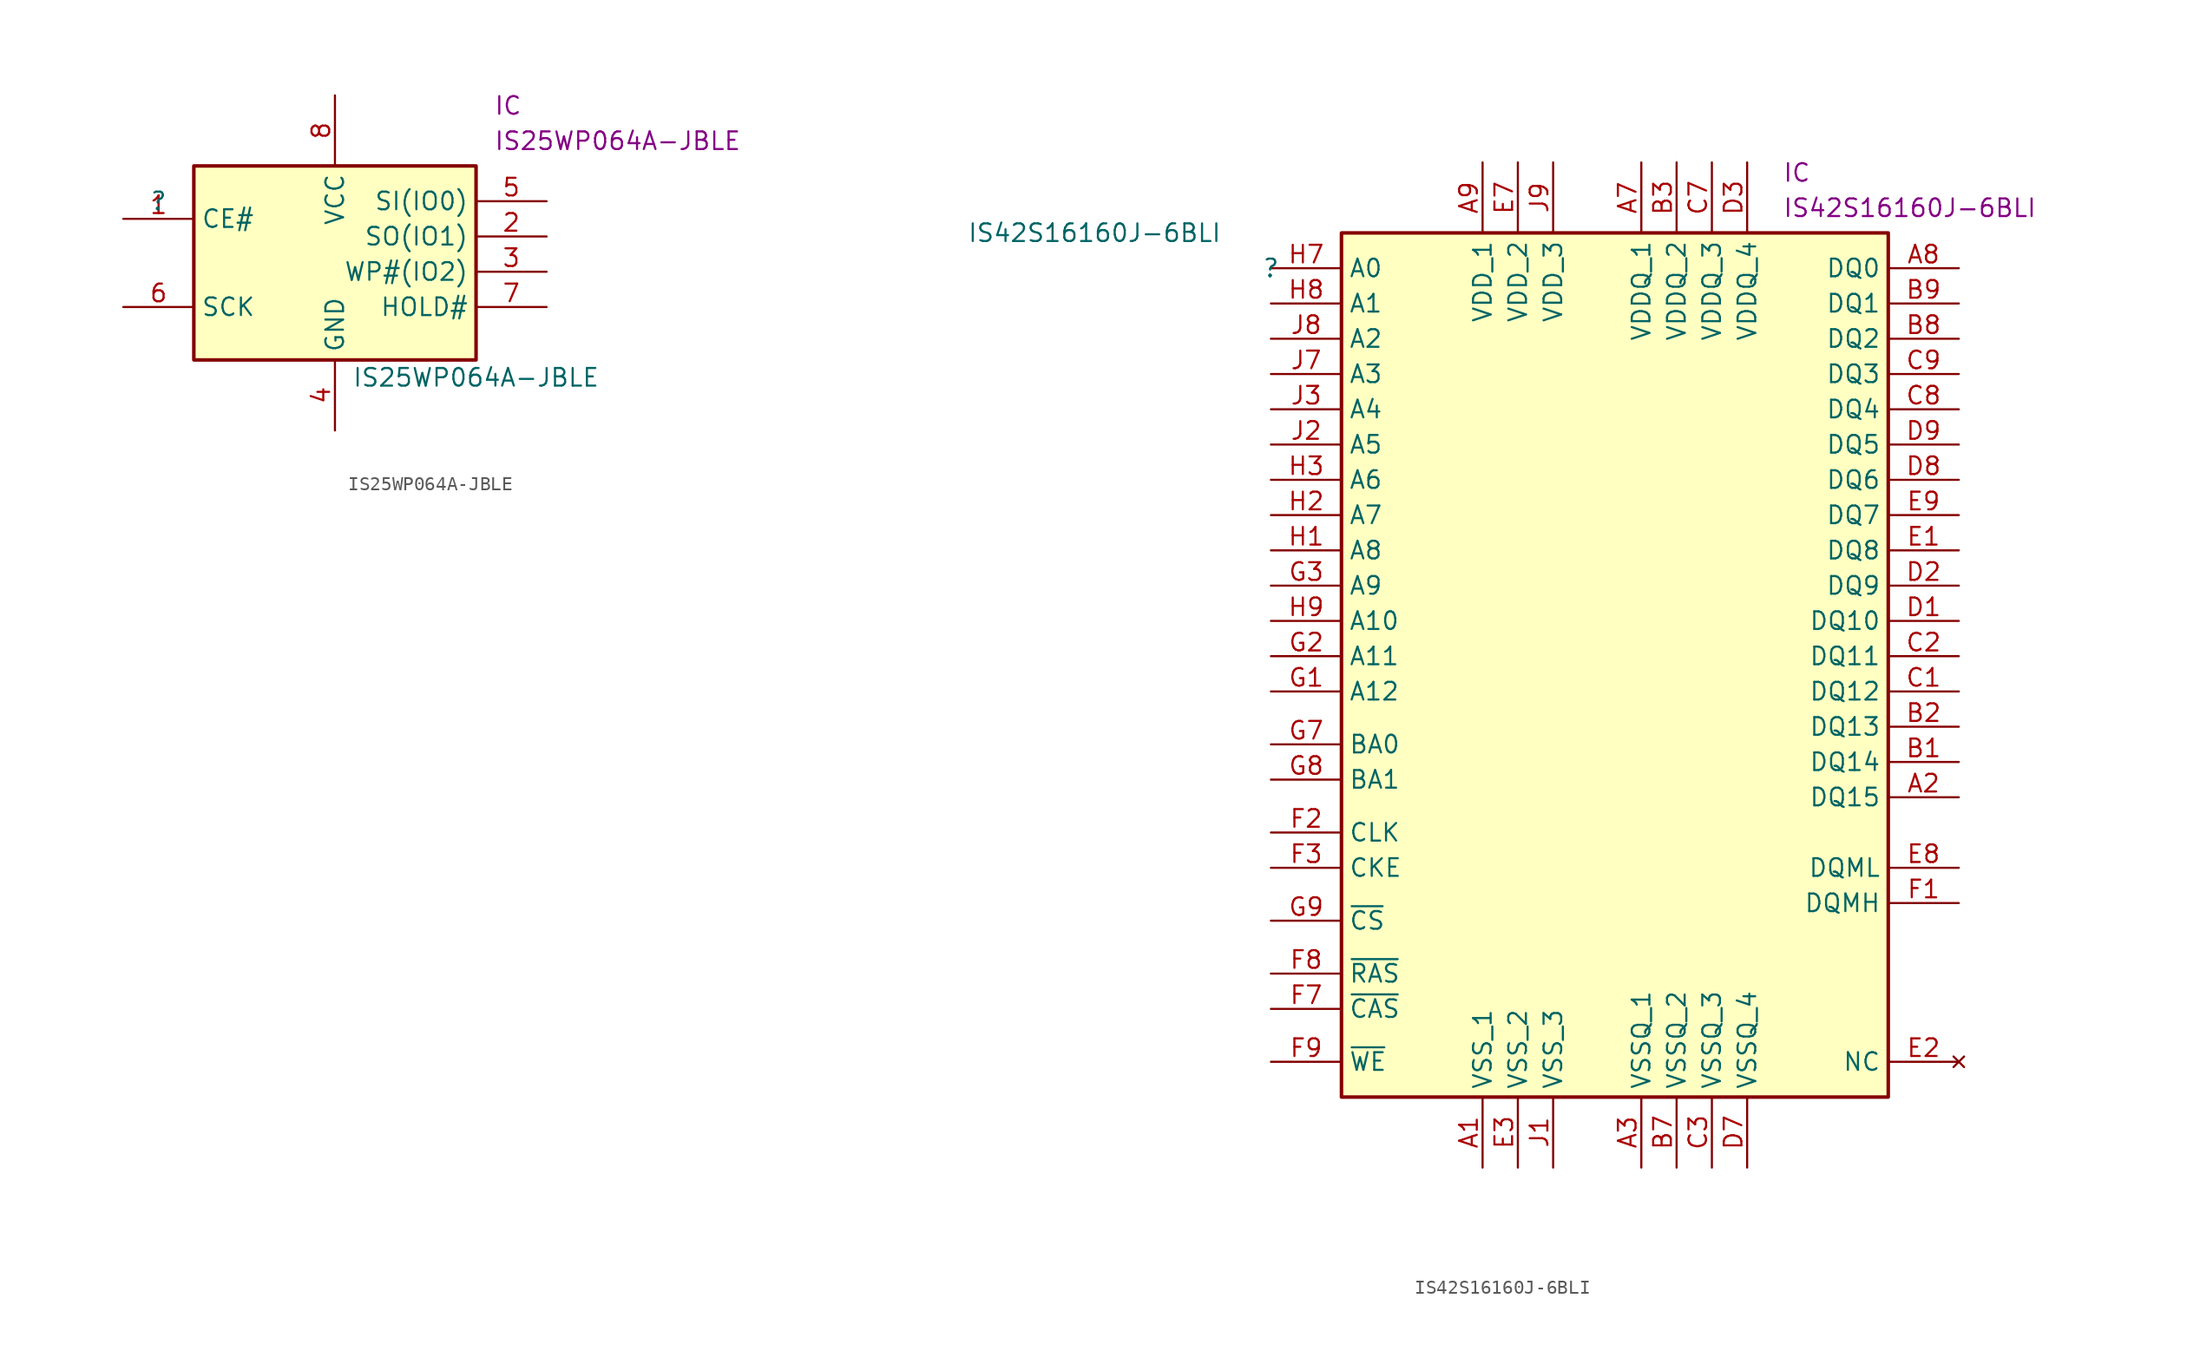
<source format=kicad_sym>
(kicad_symbol_lib
  (version 20211014)
  (generator kicad_symbol_editor)
  (symbol "IS25WP064A-JBLE"
    (property "Reference" ""
      (at -12.7 3.81 0)
      (effects (font (size 1.27 1.27))))
    (property "Value" "IS25WP064A-JBLE"
      (at 10.16 -8.89 0)
      (effects (font (size 1.27 1.27))))
    (property "Reference_1" "IC"
      (at 11.43 11.43 0)
      (effects (font (size 1.27 1.27)) (justify left top)))
    (property "Value_1" "IS25WP064A-JBLE"
      (at 11.43 8.89 0)
      (effects (font (size 1.27 1.27)) (justify left top)))
    (symbol "IS25WP064A-JBLE_1_1"
      (rectangle (start -10.16 6.35) (end 10.16 -7.62) (stroke (width 0.254) (type default) (color 0 0 0 0)) (fill (type background)))
      (pin passive line (at -15.24 2.54 0) (length 5.08) (name "CE#" (effects (font (size 1.27 1.27)))) (number "1" (effects (font (size 1.27 1.27)))))
      (pin passive line (at 15.24 1.27 180) (length 5.08) (name "SO(IO1)" (effects (font (size 1.27 1.27)))) (number "2" (effects (font (size 1.27 1.27)))))
      (pin passive line (at 15.24 -1.27 180) (length 5.08) (name "WP#(IO2)" (effects (font (size 1.27 1.27)))) (number "3" (effects (font (size 1.27 1.27)))))
      (pin power_in line (at 0 -12.7 90) (length 5.08) (name "GND" (effects (font (size 1.27 1.27)))) (number "4" (effects (font (size 1.27 1.27)))))
      (pin passive line (at 15.24 3.81 180) (length 5.08) (name "SI(IO0)" (effects (font (size 1.27 1.27)))) (number "5" (effects (font (size 1.27 1.27)))))
      (pin passive line (at -15.24 -3.81 0) (length 5.08) (name "SCK" (effects (font (size 1.27 1.27)))) (number "6" (effects (font (size 1.27 1.27)))))
      (pin passive line (at 15.24 -3.81 180) (length 5.08) (name "HOLD#" (effects (font (size 1.27 1.27)))) (number "7" (effects (font (size 1.27 1.27)))))
      (pin power_in line (at 0 11.43 270) (length 5.08) (name "VCC" (effects (font (size 1.27 1.27)))) (number "8" (effects (font (size 1.27 1.27)))))))
  (symbol "IS42S16160J-6BLI"
    (property "Reference" ""
      (at -25.4 27.94 0)
      (effects (font (size 1.27 1.27))))
    (property "Value" "IS42S16160J-6BLI"
      (at -38.1 30.48 0)
      (effects (font (size 1.27 1.27))))
    (property "Reference_1" "IC"
      (at 11.43 35.56 0)
      (effects (font (size 1.27 1.27)) (justify left top)))
    (property "Value_1" "IS42S16160J-6BLI"
      (at 11.43 33.02 0)
      (effects (font (size 1.27 1.27)) (justify left top)))
    (symbol "IS42S16160J-6BLI_1_1"
      (rectangle (start -20.32 30.48) (end 19.05 -31.75) (stroke (width 0.254) (type default) (color 0 0 0 0)) (fill (type background)))
      (pin power_in line (at -10.16 -36.83 90) (length 5.08) (name "VSS_1" (effects (font (size 1.27 1.27)))) (number "A1" (effects (font (size 1.27 1.27)))))
      (pin passive line (at 24.13 -10.16 180) (length 5.08) (name "DQ15" (effects (font (size 1.27 1.27)))) (number "A2" (effects (font (size 1.27 1.27)))))
      (pin power_in line (at 1.27 -36.83 90) (length 5.08) (name "VSSQ_1" (effects (font (size 1.27 1.27)))) (number "A3" (effects (font (size 1.27 1.27)))))
      (pin power_in line (at 1.27 35.56 270) (length 5.08) (name "VDDQ_1" (effects (font (size 1.27 1.27)))) (number "A7" (effects (font (size 1.27 1.27)))))
      (pin passive line (at 24.13 27.94 180) (length 5.08) (name "DQ0" (effects (font (size 1.27 1.27)))) (number "A8" (effects (font (size 1.27 1.27)))))
      (pin power_in line (at -10.16 35.56 270) (length 5.08) (name "VDD_1" (effects (font (size 1.27 1.27)))) (number "A9" (effects (font (size 1.27 1.27)))))
      (pin passive line (at 24.13 -7.62 180) (length 5.08) (name "DQ14" (effects (font (size 1.27 1.27)))) (number "B1" (effects (font (size 1.27 1.27)))))
      (pin passive line (at 24.13 -5.08 180) (length 5.08) (name "DQ13" (effects (font (size 1.27 1.27)))) (number "B2" (effects (font (size 1.27 1.27)))))
      (pin power_in line (at 3.81 35.56 270) (length 5.08) (name "VDDQ_2" (effects (font (size 1.27 1.27)))) (number "B3" (effects (font (size 1.27 1.27)))))
      (pin power_in line (at 3.81 -36.83 90) (length 5.08) (name "VSSQ_2" (effects (font (size 1.27 1.27)))) (number "B7" (effects (font (size 1.27 1.27)))))
      (pin passive line (at 24.13 22.86 180) (length 5.08) (name "DQ2" (effects (font (size 1.27 1.27)))) (number "B8" (effects (font (size 1.27 1.27)))))
      (pin passive line (at 24.13 25.4 180) (length 5.08) (name "DQ1" (effects (font (size 1.27 1.27)))) (number "B9" (effects (font (size 1.27 1.27)))))
      (pin passive line (at 24.13 -2.54 180) (length 5.08) (name "DQ12" (effects (font (size 1.27 1.27)))) (number "C1" (effects (font (size 1.27 1.27)))))
      (pin passive line (at 24.13 0 180) (length 5.08) (name "DQ11" (effects (font (size 1.27 1.27)))) (number "C2" (effects (font (size 1.27 1.27)))))
      (pin power_in line (at 6.35 -36.83 90) (length 5.08) (name "VSSQ_3" (effects (font (size 1.27 1.27)))) (number "C3" (effects (font (size 1.27 1.27)))))
      (pin power_in line (at 6.35 35.56 270) (length 5.08) (name "VDDQ_3" (effects (font (size 1.27 1.27)))) (number "C7" (effects (font (size 1.27 1.27)))))
      (pin passive line (at 24.13 17.78 180) (length 5.08) (name "DQ4" (effects (font (size 1.27 1.27)))) (number "C8" (effects (font (size 1.27 1.27)))))
      (pin passive line (at 24.13 20.32 180) (length 5.08) (name "DQ3" (effects (font (size 1.27 1.27)))) (number "C9" (effects (font (size 1.27 1.27)))))
      (pin passive line (at 24.13 2.54 180) (length 5.08) (name "DQ10" (effects (font (size 1.27 1.27)))) (number "D1" (effects (font (size 1.27 1.27)))))
      (pin passive line (at 24.13 5.08 180) (length 5.08) (name "DQ9" (effects (font (size 1.27 1.27)))) (number "D2" (effects (font (size 1.27 1.27)))))
      (pin power_in line (at 8.89 35.56 270) (length 5.08) (name "VDDQ_4" (effects (font (size 1.27 1.27)))) (number "D3" (effects (font (size 1.27 1.27)))))
      (pin power_in line (at 8.89 -36.83 90) (length 5.08) (name "VSSQ_4" (effects (font (size 1.27 1.27)))) (number "D7" (effects (font (size 1.27 1.27)))))
      (pin passive line (at 24.13 12.7 180) (length 5.08) (name "DQ6" (effects (font (size 1.27 1.27)))) (number "D8" (effects (font (size 1.27 1.27)))))
      (pin passive line (at 24.13 15.24 180) (length 5.08) (name "DQ5" (effects (font (size 1.27 1.27)))) (number "D9" (effects (font (size 1.27 1.27)))))
      (pin passive line (at 24.13 7.62 180) (length 5.08) (name "DQ8" (effects (font (size 1.27 1.27)))) (number "E1" (effects (font (size 1.27 1.27)))))
      (pin no_connect line (at 24.13 -29.21 180) (length 5.08) (name "NC" (effects (font (size 1.27 1.27)))) (number "E2" (effects (font (size 1.27 1.27)))))
      (pin power_in line (at -7.62 -36.83 90) (length 5.08) (name "VSS_2" (effects (font (size 1.27 1.27)))) (number "E3" (effects (font (size 1.27 1.27)))))
      (pin power_in line (at -7.62 35.56 270) (length 5.08) (name "VDD_2" (effects (font (size 1.27 1.27)))) (number "E7" (effects (font (size 1.27 1.27)))))
      (pin passive line (at 24.13 -15.24 180) (length 5.08) (name "DQML" (effects (font (size 1.27 1.27)))) (number "E8" (effects (font (size 1.27 1.27)))))
      (pin passive line (at 24.13 10.16 180) (length 5.08) (name "DQ7" (effects (font (size 1.27 1.27)))) (number "E9" (effects (font (size 1.27 1.27)))))
      (pin passive line (at 24.13 -17.78 180) (length 5.08) (name "DQMH" (effects (font (size 1.27 1.27)))) (number "F1" (effects (font (size 1.27 1.27)))))
      (pin passive line (at -25.4 -12.7 0) (length 5.08) (name "CLK" (effects (font (size 1.27 1.27)))) (number "F2" (effects (font (size 1.27 1.27)))))
      (pin passive line (at -25.4 -15.24 0) (length 5.08) (name "CKE" (effects (font (size 1.27 1.27)))) (number "F3" (effects (font (size 1.27 1.27)))))
      (pin passive line (at -25.4 -25.4 0) (length 5.08) (name "~{CAS}" (effects (font (size 1.27 1.27)))) (number "F7" (effects (font (size 1.27 1.27)))))
      (pin passive line (at -25.4 -22.86 0) (length 5.08) (name "~{RAS}" (effects (font (size 1.27 1.27)))) (number "F8" (effects (font (size 1.27 1.27)))))
      (pin passive line (at -25.4 -29.21 0) (length 5.08) (name "~{WE}" (effects (font (size 1.27 1.27)))) (number "F9" (effects (font (size 1.27 1.27)))))
      (pin passive line (at -25.4 -2.54 0) (length 5.08) (name "A12" (effects (font (size 1.27 1.27)))) (number "G1" (effects (font (size 1.27 1.27)))))
      (pin passive line (at -25.4 0 0) (length 5.08) (name "A11" (effects (font (size 1.27 1.27)))) (number "G2" (effects (font (size 1.27 1.27)))))
      (pin passive line (at -25.4 5.08 0) (length 5.08) (name "A9" (effects (font (size 1.27 1.27)))) (number "G3" (effects (font (size 1.27 1.27)))))
      (pin passive line (at -25.4 -6.35 0) (length 5.08) (name "BA0" (effects (font (size 1.27 1.27)))) (number "G7" (effects (font (size 1.27 1.27)))))
      (pin passive line (at -25.4 -8.89 0) (length 5.08) (name "BA1" (effects (font (size 1.27 1.27)))) (number "G8" (effects (font (size 1.27 1.27)))))
      (pin passive line (at -25.4 -19.05 0) (length 5.08) (name "~{CS}" (effects (font (size 1.27 1.27)))) (number "G9" (effects (font (size 1.27 1.27)))))
      (pin passive line (at -25.4 7.62 0) (length 5.08) (name "A8" (effects (font (size 1.27 1.27)))) (number "H1" (effects (font (size 1.27 1.27)))))
      (pin passive line (at -25.4 10.16 0) (length 5.08) (name "A7" (effects (font (size 1.27 1.27)))) (number "H2" (effects (font (size 1.27 1.27)))))
      (pin passive line (at -25.4 12.7 0) (length 5.08) (name "A6" (effects (font (size 1.27 1.27)))) (number "H3" (effects (font (size 1.27 1.27)))))
      (pin passive line (at -25.4 27.94 0) (length 5.08) (name "A0" (effects (font (size 1.27 1.27)))) (number "H7" (effects (font (size 1.27 1.27)))))
      (pin passive line (at -25.4 25.4 0) (length 5.08) (name "A1" (effects (font (size 1.27 1.27)))) (number "H8" (effects (font (size 1.27 1.27)))))
      (pin passive line (at -25.4 2.54 0) (length 5.08) (name "A10" (effects (font (size 1.27 1.27)))) (number "H9" (effects (font (size 1.27 1.27)))))
      (pin power_in line (at -5.08 -36.83 90) (length 5.08) (name "VSS_3" (effects (font (size 1.27 1.27)))) (number "J1" (effects (font (size 1.27 1.27)))))
      (pin passive line (at -25.4 15.24 0) (length 5.08) (name "A5" (effects (font (size 1.27 1.27)))) (number "J2" (effects (font (size 1.27 1.27)))))
      (pin passive line (at -25.4 17.78 0) (length 5.08) (name "A4" (effects (font (size 1.27 1.27)))) (number "J3" (effects (font (size 1.27 1.27)))))
      (pin passive line (at -25.4 20.32 0) (length 5.08) (name "A3" (effects (font (size 1.27 1.27)))) (number "J7" (effects (font (size 1.27 1.27)))))
      (pin passive line (at -25.4 22.86 0) (length 5.08) (name "A2" (effects (font (size 1.27 1.27)))) (number "J8" (effects (font (size 1.27 1.27)))))
      (pin power_in line (at -5.08 35.56 270) (length 5.08) (name "VDD_3" (effects (font (size 1.27 1.27)))) (number "J9" (effects (font (size 1.27 1.27))))))))
</source>
